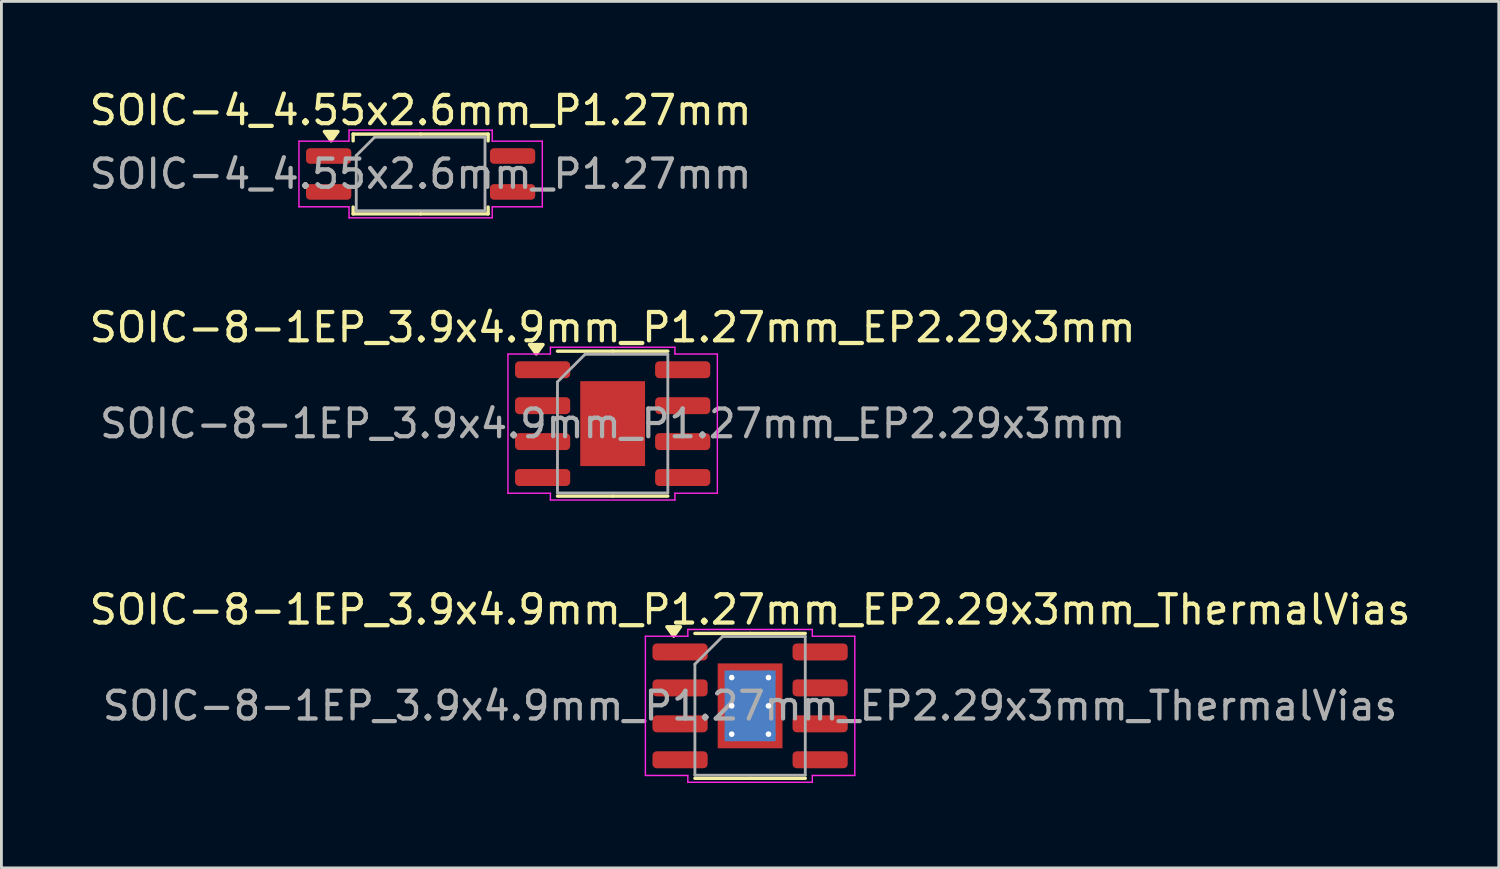
<source format=kicad_pcb>
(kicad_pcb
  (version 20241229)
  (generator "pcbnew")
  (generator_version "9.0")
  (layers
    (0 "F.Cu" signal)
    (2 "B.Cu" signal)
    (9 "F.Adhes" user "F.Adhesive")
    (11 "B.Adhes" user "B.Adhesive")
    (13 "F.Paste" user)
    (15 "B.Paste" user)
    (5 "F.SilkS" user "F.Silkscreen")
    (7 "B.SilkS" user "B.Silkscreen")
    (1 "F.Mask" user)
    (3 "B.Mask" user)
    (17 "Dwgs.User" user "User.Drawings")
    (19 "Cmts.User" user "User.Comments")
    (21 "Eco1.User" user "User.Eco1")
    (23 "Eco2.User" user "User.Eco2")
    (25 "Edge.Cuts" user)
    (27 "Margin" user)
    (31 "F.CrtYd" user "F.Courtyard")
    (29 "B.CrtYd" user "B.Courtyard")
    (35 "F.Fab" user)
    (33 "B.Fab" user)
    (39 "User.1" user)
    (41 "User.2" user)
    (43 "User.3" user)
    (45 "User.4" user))
  (footprint "SOIC-8-1EP_3.9x4.9mm_P1.27mm_EP2.29x3mm_ThermalVias"
    (layer "F.Cu")
    (at 23.458 21.895)
    (property "Reference" "SOIC-8-1EP_3.9x4.9mm_P1.27mm_EP2.29x3mm_ThermalVias" (at 0 -3.4 0) (layer "F.SilkS") (effects (font (size 1 1) (thickness 0.15))))
    (attr smd)
    (fp_line (start 0 -2.56) (end -1.95 -2.56) (stroke (width 0.12) (type solid)) (layer "F.SilkS"))
    (fp_line (start 0 -2.56) (end 1.95 -2.56) (stroke (width 0.12) (type solid)) (layer "F.SilkS"))
    (fp_line (start 0 2.56) (end -1.95 2.56) (stroke (width 0.12) (type solid)) (layer "F.SilkS"))
    (fp_line (start 0 2.56) (end 1.95 2.56) (stroke (width 0.12) (type solid)) (layer "F.SilkS"))
    (fp_poly (pts (xy -2.7 -2.465) (xy -2.94 -2.795) (xy -2.46 -2.795)) (stroke (width 0.12) (type solid)) (fill yes) (layer "F.SilkS"))
    (fp_line (start -3.7 -2.46) (end -2.2 -2.46) (stroke (width 0.05) (type solid)) (layer "F.CrtYd"))
    (fp_line (start -3.7 2.46) (end -3.7 -2.46) (stroke (width 0.05) (type solid)) (layer "F.CrtYd"))
    (fp_line (start -2.2 -2.7) (end 2.2 -2.7) (stroke (width 0.05) (type solid)) (layer "F.CrtYd"))
    (fp_line (start -2.2 -2.46) (end -2.2 -2.7) (stroke (width 0.05) (type solid)) (layer "F.CrtYd"))
    (fp_line (start -2.2 2.46) (end -3.7 2.46) (stroke (width 0.05) (type solid)) (layer "F.CrtYd"))
    (fp_line (start -2.2 2.7) (end -2.2 2.46) (stroke (width 0.05) (type solid)) (layer "F.CrtYd"))
    (fp_line (start 2.2 -2.7) (end 2.2 -2.46) (stroke (width 0.05) (type solid)) (layer "F.CrtYd"))
    (fp_line (start 2.2 -2.46) (end 3.7 -2.46) (stroke (width 0.05) (type solid)) (layer "F.CrtYd"))
    (fp_line (start 2.2 2.46) (end 2.2 2.7) (stroke (width 0.05) (type solid)) (layer "F.CrtYd"))
    (fp_line (start 2.2 2.7) (end -2.2 2.7) (stroke (width 0.05) (type solid)) (layer "F.CrtYd"))
    (fp_line (start 3.7 -2.46) (end 3.7 2.46) (stroke (width 0.05) (type solid)) (layer "F.CrtYd"))
    (fp_line (start 3.7 2.46) (end 2.2 2.46) (stroke (width 0.05) (type solid)) (layer "F.CrtYd"))
    (fp_line (start -1.95 -1.475) (end -0.975 -2.45) (stroke (width 0.1) (type solid)) (layer "F.Fab"))
    (fp_line (start -1.95 2.45) (end -1.95 -1.475) (stroke (width 0.1) (type solid)) (layer "F.Fab"))
    (fp_line (start -0.975 -2.45) (end 1.95 -2.45) (stroke (width 0.1) (type solid)) (layer "F.Fab"))
    (fp_line (start 1.95 -2.45) (end 1.95 2.45) (stroke (width 0.1) (type solid)) (layer "F.Fab"))
    (fp_line (start 1.95 2.45) (end -1.95 2.45) (stroke (width 0.1) (type solid)) (layer "F.Fab"))
    (fp_text user "${REFERENCE}" (at 0 0 0) (layer "F.Fab") (effects (font (size 0.98 0.98) (thickness 0.15))))
    (pad "" smd roundrect (at -0.57 -0.75) (size 0.96 1.25) (layers "F.Paste") (roundrect_rratio 0.25))
    (pad "" smd roundrect (at -0.57 0.75) (size 0.96 1.25) (layers "F.Paste") (roundrect_rratio 0.25))
    (pad "" smd roundrect (at 0.57 -0.75) (size 0.96 1.25) (layers "F.Paste") (roundrect_rratio 0.25))
    (pad "" smd roundrect (at 0.57 0.75) (size 0.96 1.25) (layers "F.Paste") (roundrect_rratio 0.25))
    (pad "1" smd roundrect (at -2.475 -1.905) (size 1.95 0.6) (layers "F.Cu" "F.Mask" "F.Paste") (roundrect_rratio 0.25))
    (pad "2" smd roundrect (at -2.475 -0.635) (size 1.95 0.6) (layers "F.Cu" "F.Mask" "F.Paste") (roundrect_rratio 0.25))
    (pad "3" smd roundrect (at -2.475 0.635) (size 1.95 0.6) (layers "F.Cu" "F.Mask" "F.Paste") (roundrect_rratio 0.25))
    (pad "4" smd roundrect (at -2.475 1.905) (size 1.95 0.6) (layers "F.Cu" "F.Mask" "F.Paste") (roundrect_rratio 0.25))
    (pad "5" smd roundrect (at 2.475 1.905) (size 1.95 0.6) (layers "F.Cu" "F.Mask" "F.Paste") (roundrect_rratio 0.25))
    (pad "6" smd roundrect (at 2.475 0.635) (size 1.95 0.6) (layers "F.Cu" "F.Mask" "F.Paste") (roundrect_rratio 0.25))
    (pad "7" smd roundrect (at 2.475 -0.635) (size 1.95 0.6) (layers "F.Cu" "F.Mask" "F.Paste") (roundrect_rratio 0.25))
    (pad "8" smd roundrect (at 2.475 -1.905) (size 1.95 0.6) (layers "F.Cu" "F.Mask" "F.Paste") (roundrect_rratio 0.25))
    (pad "9" thru_hole circle (at -0.65 -1) (size 0.5 0.5) (drill 0.2) (property pad_prop_heatsink) (layers "*.Cu"))
    (pad "9" thru_hole circle (at -0.65 0) (size 0.5 0.5) (drill 0.2) (property pad_prop_heatsink) (layers "*.Cu"))
    (pad "9" thru_hole circle (at -0.65 1) (size 0.5 0.5) (drill 0.2) (property pad_prop_heatsink) (layers "*.Cu"))
    (pad "9" smd rect (at 0 0) (size 1.8 2.5) (property pad_prop_heatsink) (layers "B.Cu"))
    (pad "9" smd rect (at 0 0) (size 2.29 3) (property pad_prop_heatsink) (layers "F.Cu" "F.Mask"))
    (pad "9" thru_hole circle (at 0.65 -1) (size 0.5 0.5) (drill 0.2) (property pad_prop_heatsink) (layers "*.Cu"))
    (pad "9" thru_hole circle (at 0.65 0) (size 0.5 0.5) (drill 0.2) (property pad_prop_heatsink) (layers "*.Cu"))
    (pad "9" thru_hole circle (at 0.65 1) (size 0.5 0.5) (drill 0.2) (property pad_prop_heatsink) (layers "*.Cu")))
  (footprint "SOIC-4_4.55x2.6mm_P1.27mm"
    (layer "F.Cu")
    (at 11.815 3.098)
    (property "Reference" "SOIC-4_4.55x2.6mm_P1.27mm" (at 0 -2.25 0) (layer "F.SilkS") (effects (font (size 1 1) (thickness 0.15))))
    (attr smd)
    (fp_line (start -2.385 -1.41) (end -2.385 -1.17) (stroke (width 0.12) (type solid)) (layer "F.SilkS"))
    (fp_line (start -2.385 1.41) (end -2.385 1.17) (stroke (width 0.12) (type solid)) (layer "F.SilkS"))
    (fp_line (start 0 -1.41) (end -2.385 -1.41) (stroke (width 0.12) (type solid)) (layer "F.SilkS"))
    (fp_line (start 0 -1.41) (end 2.385 -1.41) (stroke (width 0.12) (type solid)) (layer "F.SilkS"))
    (fp_line (start 0 1.41) (end -2.385 1.41) (stroke (width 0.12) (type solid)) (layer "F.SilkS"))
    (fp_line (start 0 1.41) (end 2.385 1.41) (stroke (width 0.12) (type solid)) (layer "F.SilkS"))
    (fp_line (start 2.385 -1.41) (end 2.385 -1.17) (stroke (width 0.12) (type solid)) (layer "F.SilkS"))
    (fp_line (start 2.385 1.41) (end 2.385 1.17) (stroke (width 0.12) (type solid)) (layer "F.SilkS"))
    (fp_poly (pts (xy -3.163 -1.17) (xy -3.402 -1.5) (xy -2.922 -1.5)) (stroke (width 0.12) (type solid)) (fill yes) (layer "F.SilkS"))
    (fp_line (start -4.3 -1.16) (end -2.53 -1.16) (stroke (width 0.05) (type solid)) (layer "F.CrtYd"))
    (fp_line (start -4.3 1.16) (end -4.3 -1.16) (stroke (width 0.05) (type solid)) (layer "F.CrtYd"))
    (fp_line (start -2.53 -1.55) (end 2.53 -1.55) (stroke (width 0.05) (type solid)) (layer "F.CrtYd"))
    (fp_line (start -2.53 -1.16) (end -2.53 -1.55) (stroke (width 0.05) (type solid)) (layer "F.CrtYd"))
    (fp_line (start -2.53 1.16) (end -4.3 1.16) (stroke (width 0.05) (type solid)) (layer "F.CrtYd"))
    (fp_line (start -2.53 1.55) (end -2.53 1.16) (stroke (width 0.05) (type solid)) (layer "F.CrtYd"))
    (fp_line (start 2.53 -1.55) (end 2.53 -1.16) (stroke (width 0.05) (type solid)) (layer "F.CrtYd"))
    (fp_line (start 2.53 -1.16) (end 4.3 -1.16) (stroke (width 0.05) (type solid)) (layer "F.CrtYd"))
    (fp_line (start 2.53 1.16) (end 2.53 1.55) (stroke (width 0.05) (type solid)) (layer "F.CrtYd"))
    (fp_line (start 2.53 1.55) (end -2.53 1.55) (stroke (width 0.05) (type solid)) (layer "F.CrtYd"))
    (fp_line (start 4.3 -1.16) (end 4.3 1.16) (stroke (width 0.05) (type solid)) (layer "F.CrtYd"))
    (fp_line (start 4.3 1.16) (end 2.53 1.16) (stroke (width 0.05) (type solid)) (layer "F.CrtYd"))
    (fp_line (start -2.275 -0.65) (end -1.625 -1.3) (stroke (width 0.1) (type solid)) (layer "F.Fab"))
    (fp_line (start -2.275 1.3) (end -2.275 -0.65) (stroke (width 0.1) (type solid)) (layer "F.Fab"))
    (fp_line (start -1.625 -1.3) (end 2.275 -1.3) (stroke (width 0.1) (type solid)) (layer "F.Fab"))
    (fp_line (start 2.275 -1.3) (end 2.275 1.3) (stroke (width 0.1) (type solid)) (layer "F.Fab"))
    (fp_line (start 2.275 1.3) (end -2.275 1.3) (stroke (width 0.1) (type solid)) (layer "F.Fab"))
    (fp_text user "${REFERENCE}" (at 0 0 0) (layer "F.Fab") (effects (font (size 1 1) (thickness 0.15))))
    (pad "1" smd roundrect (at -3.25 -0.635) (size 1.6 0.55) (layers "F.Cu" "F.Mask" "F.Paste") (roundrect_rratio 0.25))
    (pad "2" smd roundrect (at -3.25 0.635) (size 1.6 0.55) (layers "F.Cu" "F.Mask" "F.Paste") (roundrect_rratio 0.25))
    (pad "3" smd roundrect (at 3.25 0.635) (size 1.6 0.55) (layers "F.Cu" "F.Mask" "F.Paste") (roundrect_rratio 0.25))
    (pad "4" smd roundrect (at 3.25 -0.635) (size 1.6 0.55) (layers "F.Cu" "F.Mask" "F.Paste") (roundrect_rratio 0.25)))
  (footprint "SOIC-8-1EP_3.9x4.9mm_P1.27mm_EP2.29x3mm"
    (layer "F.Cu")
    (at 18.601 11.921)
    (property "Reference" "SOIC-8-1EP_3.9x4.9mm_P1.27mm_EP2.29x3mm" (at 0 -3.4 0) (layer "F.SilkS") (effects (font (size 1 1) (thickness 0.15))))
    (attr smd)
    (fp_line (start 0 -2.56) (end -1.95 -2.56) (stroke (width 0.12) (type solid)) (layer "F.SilkS"))
    (fp_line (start 0 -2.56) (end 1.95 -2.56) (stroke (width 0.12) (type solid)) (layer "F.SilkS"))
    (fp_line (start 0 2.56) (end -1.95 2.56) (stroke (width 0.12) (type solid)) (layer "F.SilkS"))
    (fp_line (start 0 2.56) (end 1.95 2.56) (stroke (width 0.12) (type solid)) (layer "F.SilkS"))
    (fp_poly (pts (xy -2.7 -2.465) (xy -2.94 -2.795) (xy -2.46 -2.795)) (stroke (width 0.12) (type solid)) (fill yes) (layer "F.SilkS"))
    (fp_line (start -3.7 -2.46) (end -2.2 -2.46) (stroke (width 0.05) (type solid)) (layer "F.CrtYd"))
    (fp_line (start -3.7 2.46) (end -3.7 -2.46) (stroke (width 0.05) (type solid)) (layer "F.CrtYd"))
    (fp_line (start -2.2 -2.7) (end 2.2 -2.7) (stroke (width 0.05) (type solid)) (layer "F.CrtYd"))
    (fp_line (start -2.2 -2.46) (end -2.2 -2.7) (stroke (width 0.05) (type solid)) (layer "F.CrtYd"))
    (fp_line (start -2.2 2.46) (end -3.7 2.46) (stroke (width 0.05) (type solid)) (layer "F.CrtYd"))
    (fp_line (start -2.2 2.7) (end -2.2 2.46) (stroke (width 0.05) (type solid)) (layer "F.CrtYd"))
    (fp_line (start 2.2 -2.7) (end 2.2 -2.46) (stroke (width 0.05) (type solid)) (layer "F.CrtYd"))
    (fp_line (start 2.2 -2.46) (end 3.7 -2.46) (stroke (width 0.05) (type solid)) (layer "F.CrtYd"))
    (fp_line (start 2.2 2.46) (end 2.2 2.7) (stroke (width 0.05) (type solid)) (layer "F.CrtYd"))
    (fp_line (start 2.2 2.7) (end -2.2 2.7) (stroke (width 0.05) (type solid)) (layer "F.CrtYd"))
    (fp_line (start 3.7 -2.46) (end 3.7 2.46) (stroke (width 0.05) (type solid)) (layer "F.CrtYd"))
    (fp_line (start 3.7 2.46) (end 2.2 2.46) (stroke (width 0.05) (type solid)) (layer "F.CrtYd"))
    (fp_line (start -1.95 -1.475) (end -0.975 -2.45) (stroke (width 0.1) (type solid)) (layer "F.Fab"))
    (fp_line (start -1.95 2.45) (end -1.95 -1.475) (stroke (width 0.1) (type solid)) (layer "F.Fab"))
    (fp_line (start -0.975 -2.45) (end 1.95 -2.45) (stroke (width 0.1) (type solid)) (layer "F.Fab"))
    (fp_line (start 1.95 -2.45) (end 1.95 2.45) (stroke (width 0.1) (type solid)) (layer "F.Fab"))
    (fp_line (start 1.95 2.45) (end -1.95 2.45) (stroke (width 0.1) (type solid)) (layer "F.Fab"))
    (fp_text user "${REFERENCE}" (at 0 0 0) (layer "F.Fab") (effects (font (size 0.98 0.98) (thickness 0.15))))
    (pad "" smd roundrect (at -0.57 -0.75) (size 0.92 1.21) (layers "F.Paste") (roundrect_rratio 0.25))
    (pad "" smd roundrect (at -0.57 0.75) (size 0.92 1.21) (layers "F.Paste") (roundrect_rratio 0.25))
    (pad "" smd roundrect (at 0.57 -0.75) (size 0.92 1.21) (layers "F.Paste") (roundrect_rratio 0.25))
    (pad "" smd roundrect (at 0.57 0.75) (size 0.92 1.21) (layers "F.Paste") (roundrect_rratio 0.25))
    (pad "1" smd roundrect (at -2.475 -1.905) (size 1.95 0.6) (layers "F.Cu" "F.Mask" "F.Paste") (roundrect_rratio 0.25))
    (pad "2" smd roundrect (at -2.475 -0.635) (size 1.95 0.6) (layers "F.Cu" "F.Mask" "F.Paste") (roundrect_rratio 0.25))
    (pad "3" smd roundrect (at -2.475 0.635) (size 1.95 0.6) (layers "F.Cu" "F.Mask" "F.Paste") (roundrect_rratio 0.25))
    (pad "4" smd roundrect (at -2.475 1.905) (size 1.95 0.6) (layers "F.Cu" "F.Mask" "F.Paste") (roundrect_rratio 0.25))
    (pad "5" smd roundrect (at 2.475 1.905) (size 1.95 0.6) (layers "F.Cu" "F.Mask" "F.Paste") (roundrect_rratio 0.25))
    (pad "6" smd roundrect (at 2.475 0.635) (size 1.95 0.6) (layers "F.Cu" "F.Mask" "F.Paste") (roundrect_rratio 0.25))
    (pad "7" smd roundrect (at 2.475 -0.635) (size 1.95 0.6) (layers "F.Cu" "F.Mask" "F.Paste") (roundrect_rratio 0.25))
    (pad "8" smd roundrect (at 2.475 -1.905) (size 1.95 0.6) (layers "F.Cu" "F.Mask" "F.Paste") (roundrect_rratio 0.25))
    (pad "9" smd rect (at 0 0) (size 2.29 3) (property pad_prop_heatsink) (layers "F.Cu" "F.Mask")))
  (gr_rect
    (start -3 -3)
    (end 49.917 27.62)
    (stroke (width 0.1) (type default))
    (fill no)
    (layer "Edge.Cuts")))
</source>
